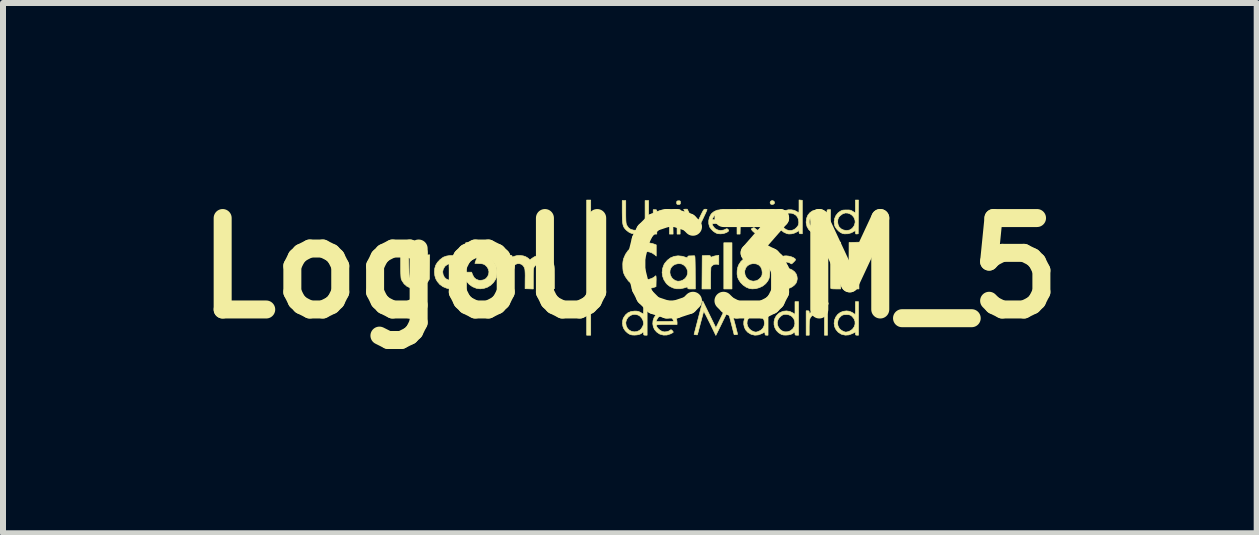
<source format=kicad_pcb>
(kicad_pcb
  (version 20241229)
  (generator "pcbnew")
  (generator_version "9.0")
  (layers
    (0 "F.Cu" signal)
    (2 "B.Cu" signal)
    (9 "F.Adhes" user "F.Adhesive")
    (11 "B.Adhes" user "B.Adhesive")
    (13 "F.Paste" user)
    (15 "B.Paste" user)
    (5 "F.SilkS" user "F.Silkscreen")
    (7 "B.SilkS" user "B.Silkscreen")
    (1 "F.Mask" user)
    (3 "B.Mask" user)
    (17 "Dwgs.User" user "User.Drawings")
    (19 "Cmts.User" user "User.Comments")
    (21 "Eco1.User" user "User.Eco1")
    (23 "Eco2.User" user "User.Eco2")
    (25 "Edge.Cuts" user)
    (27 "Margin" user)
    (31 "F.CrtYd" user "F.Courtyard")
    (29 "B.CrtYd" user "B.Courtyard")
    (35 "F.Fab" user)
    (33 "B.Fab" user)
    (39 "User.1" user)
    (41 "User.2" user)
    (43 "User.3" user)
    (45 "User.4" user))
  (footprint "LogoUC3M_5"
    (layer "F.Cu")
    (at 7.446 1.418)
    (property "Reference" "LogoUC3M_5" (at 0 0 0) (layer "F.SilkS") (effects (font (size 1.524 1.524) (thickness 0.3))))
    (attr through_hole)
    (fp_poly (pts (xy -0.652 1.118) (xy -0.72 1.118) (xy -0.72 -1.135) (xy -0.652 -1.135) (xy -0.652 1.118)) (stroke (width 0.01) (type solid)) (fill yes) (layer "F.SilkS"))
    (fp_poly (pts (xy 0.838 -0.567) (xy 0.787 -0.567) (xy 0.787 -0.974) (xy 0.838 -0.974) (xy 0.838 -0.567)) (stroke (width 0.01) (type solid)) (fill yes) (layer "F.SilkS"))
    (fp_poly (pts (xy 1.702 0.347) (xy 1.566 0.347) (xy 1.566 -0.423) (xy 1.702 -0.423) (xy 1.702 0.347)) (stroke (width 0.01) (type solid)) (fill yes) (layer "F.SilkS"))
    (fp_poly (pts (xy 2.405 -0.567) (xy 2.345 -0.567) (xy 2.345 -0.974) (xy 2.405 -0.974) (xy 2.405 -0.567)) (stroke (width 0.01) (type solid)) (fill yes) (layer "F.SilkS"))
    (fp_poly (pts (xy 3.209 0.347) (xy 3.048 0.347) (xy 3.048 -0.432) (xy 3.209 -0.432) (xy 3.209 0.347)) (stroke (width 0.01) (type solid)) (fill yes) (layer "F.SilkS"))
    (fp_poly (pts (xy 3.294 1.118) (xy 3.243 1.118) (xy 3.243 0.711) (xy 3.294 0.711) (xy 3.294 1.118)) (stroke (width 0.01) (type solid)) (fill yes) (layer "F.SilkS"))
    (fp_poly (pts (xy 3.818 0.347) (xy 3.649 0.347) (xy 3.653 -0.428) (xy 3.736 -0.43) (xy 3.818 -0.432) (xy 3.818 0.347)) (stroke (width 0.01) (type solid)) (fill yes) (layer "F.SilkS"))
    (fp_poly (pts (xy 2.38 -1.125) (xy 2.401 -1.115) (xy 2.411 -1.098) (xy 2.409 -1.079) (xy 2.408 -1.077) (xy 2.391 -1.064) (xy 2.369 -1.06) (xy 2.35 -1.066) (xy 2.347 -1.068) (xy 2.337 -1.087) (xy 2.341 -1.106) (xy 2.355 -1.121) (xy 2.377 -1.125) (xy 2.38 -1.125)) (stroke (width 0.01) (type solid)) (fill yes) (layer "F.SilkS"))
    (fp_poly (pts (xy 0.833 -1.121) (xy 0.841 -1.113) (xy 0.842 -1.094) (xy 0.842 -1.092) (xy 0.841 -1.072) (xy 0.833 -1.063) (xy 0.815 -1.06) (xy 0.791 -1.062) (xy 0.782 -1.07) (xy 0.78 -1.088) (xy 0.78 -1.102) (xy 0.785 -1.116) (xy 0.798 -1.121) (xy 0.813 -1.122) (xy 0.833 -1.121)) (stroke (width 0.01) (type solid)) (fill yes) (layer "F.SilkS"))
    (fp_poly (pts (xy 3.287 0.565) (xy 3.303 0.577) (xy 3.305 0.581) (xy 3.305 0.598) (xy 3.296 0.617) (xy 3.284 0.631) (xy 3.274 0.635) (xy 3.259 0.631) (xy 3.249 0.626) (xy 3.237 0.61) (xy 3.235 0.589) (xy 3.244 0.57) (xy 3.247 0.567) (xy 3.266 0.561) (xy 3.287 0.565)) (stroke (width 0.01) (type solid)) (fill yes) (layer "F.SilkS"))
    (fp_poly (pts (xy 3.514 0.347) (xy 3.433 0.347) (xy 3.39 0.346) (xy 3.363 0.344) (xy 3.35 0.339) (xy 3.348 0.337) (xy 3.347 0.326) (xy 3.347 0.301) (xy 3.346 0.262) (xy 3.346 0.211) (xy 3.346 0.15) (xy 3.346 0.082) (xy 3.346 0.007) (xy 3.346 -0.051) (xy 3.349 -0.428) (xy 3.431 -0.43) (xy 3.514 -0.432) (xy 3.514 0.347)) (stroke (width 0.01) (type solid)) (fill yes) (layer "F.SilkS"))
    (fp_poly (pts (xy 1.482 -0.061) (xy 1.448 -0.065) (xy 1.416 -0.064) (xy 1.386 -0.052) (xy 1.362 -0.033) (xy 1.352 -0.015) (xy 1.35 -0.001) (xy 1.349 0.027) (xy 1.347 0.067) (xy 1.347 0.114) (xy 1.346 0.167) (xy 1.346 0.176) (xy 1.346 0.347) (xy 1.202 0.347) (xy 1.204 0.07) (xy 1.206 -0.207) (xy 1.273 -0.21) (xy 1.306 -0.211) (xy 1.327 -0.21) (xy 1.338 -0.206) (xy 1.342 -0.199) (xy 1.343 -0.196) (xy 1.348 -0.185) (xy 1.357 -0.184) (xy 1.375 -0.19) (xy 1.4 -0.199) (xy 1.431 -0.206) (xy 1.441 -0.208) (xy 1.482 -0.214) (xy 1.482 -0.061)) (stroke (width 0.01) (type solid)) (fill yes) (layer "F.SilkS"))
    (fp_poly (pts (xy 2.981 0.713) (xy 2.988 0.723) (xy 2.989 0.732) (xy 2.989 0.747) (xy 2.994 0.752) (xy 3.006 0.747) (xy 3.024 0.737) (xy 3.052 0.725) (xy 3.083 0.716) (xy 3.087 0.716) (xy 3.115 0.715) (xy 3.132 0.724) (xy 3.137 0.745) (xy 3.138 0.753) (xy 3.135 0.767) (xy 3.126 0.772) (xy 3.106 0.772) (xy 3.065 0.776) (xy 3.032 0.795) (xy 3.007 0.828) (xy 3.005 0.832) (xy 2.999 0.85) (xy 2.994 0.869) (xy 2.991 0.895) (xy 2.99 0.93) (xy 2.989 0.978) (xy 2.989 0.993) (xy 2.989 1.118) (xy 2.938 1.118) (xy 2.938 0.711) (xy 2.963 0.711) (xy 2.981 0.713)) (stroke (width 0.01) (type solid)) (fill yes) (layer "F.SilkS"))
    (fp_poly (pts (xy 1.832 -0.97) (xy 1.839 -0.957) (xy 1.838 -0.946) (xy 1.841 -0.94) (xy 1.854 -0.943) (xy 1.879 -0.954) (xy 1.884 -0.957) (xy 1.915 -0.968) (xy 1.948 -0.973) (xy 1.953 -0.974) (xy 1.976 -0.973) (xy 1.987 -0.968) (xy 1.99 -0.956) (xy 1.99 -0.944) (xy 1.99 -0.914) (xy 1.948 -0.914) (xy 1.919 -0.912) (xy 1.898 -0.904) (xy 1.877 -0.886) (xy 1.876 -0.886) (xy 1.86 -0.87) (xy 1.851 -0.855) (xy 1.846 -0.836) (xy 1.845 -0.808) (xy 1.844 -0.799) (xy 1.844 -0.768) (xy 1.843 -0.742) (xy 1.841 -0.728) (xy 1.841 -0.714) (xy 1.84 -0.688) (xy 1.839 -0.655) (xy 1.839 -0.641) (xy 1.837 -0.567) (xy 1.786 -0.567) (xy 1.786 -0.974) (xy 1.812 -0.974) (xy 1.832 -0.97)) (stroke (width 0.01) (type solid)) (fill yes) (layer "F.SilkS"))
    (fp_poly (pts (xy 1.027 -0.841) (xy 1.096 -0.7) (xy 1.163 -0.841) (xy 1.187 -0.891) (xy 1.205 -0.927) (xy 1.218 -0.952) (xy 1.229 -0.968) (xy 1.237 -0.977) (xy 1.245 -0.981) (xy 1.254 -0.982) (xy 1.259 -0.982) (xy 1.278 -0.98) (xy 1.287 -0.975) (xy 1.287 -0.974) (xy 1.283 -0.965) (xy 1.274 -0.943) (xy 1.259 -0.91) (xy 1.24 -0.87) (xy 1.219 -0.825) (xy 1.197 -0.778) (xy 1.174 -0.73) (xy 1.152 -0.685) (xy 1.133 -0.645) (xy 1.117 -0.613) (xy 1.106 -0.59) (xy 1.1 -0.581) (xy 1.095 -0.586) (xy 1.083 -0.605) (xy 1.067 -0.635) (xy 1.046 -0.675) (xy 1.021 -0.722) (xy 0.995 -0.775) (xy 0.969 -0.829) (xy 0.946 -0.877) (xy 0.926 -0.919) (xy 0.911 -0.951) (xy 0.901 -0.972) (xy 0.897 -0.979) (xy 0.905 -0.981) (xy 0.923 -0.982) (xy 0.927 -0.982) (xy 0.957 -0.982) (xy 1.027 -0.841)) (stroke (width 0.01) (type solid)) (fill yes) (layer "F.SilkS"))
    (fp_poly (pts (xy 0.44 -0.972) (xy 0.448 -0.964) (xy 0.449 -0.957) (xy 0.449 -0.946) (xy 0.452 -0.941) (xy 0.462 -0.943) (xy 0.482 -0.952) (xy 0.496 -0.958) (xy 0.545 -0.971) (xy 0.594 -0.969) (xy 0.64 -0.951) (xy 0.679 -0.919) (xy 0.695 -0.899) (xy 0.702 -0.887) (xy 0.708 -0.875) (xy 0.712 -0.86) (xy 0.714 -0.839) (xy 0.716 -0.809) (xy 0.717 -0.767) (xy 0.718 -0.718) (xy 0.721 -0.567) (xy 0.66 -0.567) (xy 0.66 -0.703) (xy 0.66 -0.763) (xy 0.658 -0.808) (xy 0.654 -0.841) (xy 0.647 -0.865) (xy 0.636 -0.882) (xy 0.622 -0.894) (xy 0.61 -0.902) (xy 0.577 -0.912) (xy 0.54 -0.913) (xy 0.508 -0.906) (xy 0.501 -0.903) (xy 0.483 -0.888) (xy 0.465 -0.868) (xy 0.465 -0.867) (xy 0.459 -0.856) (xy 0.455 -0.843) (xy 0.452 -0.824) (xy 0.45 -0.797) (xy 0.449 -0.759) (xy 0.449 -0.707) (xy 0.449 -0.705) (xy 0.449 -0.567) (xy 0.389 -0.567) (xy 0.389 -0.974) (xy 0.419 -0.974) (xy 0.44 -0.972)) (stroke (width 0.01) (type solid)) (fill yes) (layer "F.SilkS"))
    (fp_poly (pts (xy -3.337 -0.02) (xy -3.34 0.182) (xy -3.363 0.221) (xy -3.401 0.27) (xy -3.449 0.308) (xy -3.503 0.333) (xy -3.562 0.344) (xy -3.621 0.341) (xy -3.655 0.332) (xy -3.715 0.303) (xy -3.762 0.262) (xy -3.797 0.21) (xy -3.806 0.191) (xy -3.811 0.176) (xy -3.814 0.156) (xy -3.816 0.127) (xy -3.818 0.088) (xy -3.819 0.036) (xy -3.819 -0.027) (xy -3.819 -0.214) (xy -3.687 -0.216) (xy -3.683 -0.038) (xy -3.681 0.023) (xy -3.68 0.069) (xy -3.678 0.103) (xy -3.675 0.128) (xy -3.672 0.144) (xy -3.667 0.156) (xy -3.664 0.162) (xy -3.637 0.188) (xy -3.601 0.202) (xy -3.563 0.203) (xy -3.525 0.191) (xy -3.522 0.189) (xy -3.506 0.178) (xy -3.494 0.165) (xy -3.485 0.148) (xy -3.478 0.124) (xy -3.474 0.091) (xy -3.472 0.048) (xy -3.471 -0.01) (xy -3.471 -0.046) (xy -3.471 -0.097) (xy -3.471 -0.141) (xy -3.471 -0.177) (xy -3.47 -0.202) (xy -3.469 -0.212) (xy -3.469 -0.212) (xy -3.46 -0.213) (xy -3.439 -0.214) (xy -3.409 -0.217) (xy -3.401 -0.217) (xy -3.335 -0.222) (xy -3.337 -0.02)) (stroke (width 0.01) (type solid)) (fill yes) (layer "F.SilkS"))
    (fp_poly (pts (xy -0.068 -0.938) (xy -0.068 -0.876) (xy -0.067 -0.829) (xy -0.066 -0.793) (xy -0.064 -0.767) (xy -0.062 -0.748) (xy -0.058 -0.733) (xy -0.053 -0.72) (xy -0.05 -0.713) (xy -0.023 -0.673) (xy 0.014 -0.646) (xy 0.061 -0.633) (xy 0.093 -0.631) (xy 0.146 -0.637) (xy 0.189 -0.656) (xy 0.221 -0.688) (xy 0.236 -0.713) (xy 0.242 -0.727) (xy 0.246 -0.74) (xy 0.25 -0.757) (xy 0.252 -0.78) (xy 0.253 -0.811) (xy 0.254 -0.852) (xy 0.254 -0.907) (xy 0.254 -0.938) (xy 0.254 -1.126) (xy 0.313 -1.126) (xy 0.313 -0.946) (xy 0.313 -0.874) (xy 0.311 -0.816) (xy 0.308 -0.771) (xy 0.303 -0.735) (xy 0.295 -0.707) (xy 0.285 -0.683) (xy 0.271 -0.662) (xy 0.262 -0.65) (xy 0.218 -0.609) (xy 0.166 -0.582) (xy 0.109 -0.57) (xy 0.05 -0.574) (xy 0.023 -0.58) (xy -0.017 -0.6) (xy -0.057 -0.631) (xy -0.059 -0.633) (xy -0.079 -0.654) (xy -0.095 -0.675) (xy -0.107 -0.698) (xy -0.115 -0.726) (xy -0.121 -0.76) (xy -0.125 -0.804) (xy -0.126 -0.86) (xy -0.127 -0.93) (xy -0.127 -0.946) (xy -0.127 -1.126) (xy -0.068 -1.126) (xy -0.068 -0.938)) (stroke (width 0.01) (type solid)) (fill yes) (layer "F.SilkS"))
    (fp_poly (pts (xy 2.811 1.118) (xy 2.781 1.118) (xy 2.761 1.116) (xy 2.753 1.109) (xy 2.752 1.092) (xy 2.748 1.073) (xy 2.74 1.067) (xy 2.73 1.076) (xy 2.73 1.076) (xy 2.712 1.092) (xy 2.681 1.104) (xy 2.643 1.113) (xy 2.602 1.116) (xy 2.563 1.115) (xy 2.53 1.107) (xy 2.527 1.106) (xy 2.478 1.076) (xy 2.441 1.038) (xy 2.416 0.992) (xy 2.403 0.943) (xy 2.403 0.905) (xy 2.456 0.905) (xy 2.461 0.947) (xy 2.473 0.979) (xy 2.501 1.02) (xy 2.538 1.047) (xy 2.581 1.062) (xy 2.627 1.061) (xy 2.672 1.046) (xy 2.681 1.04) (xy 2.717 1.01) (xy 2.74 0.971) (xy 2.75 0.929) (xy 2.747 0.885) (xy 2.732 0.844) (xy 2.704 0.809) (xy 2.68 0.792) (xy 2.644 0.777) (xy 2.603 0.77) (xy 2.565 0.773) (xy 2.546 0.78) (xy 2.513 0.803) (xy 2.484 0.835) (xy 2.467 0.863) (xy 2.456 0.905) (xy 2.403 0.905) (xy 2.403 0.892) (xy 2.415 0.842) (xy 2.439 0.797) (xy 2.476 0.758) (xy 2.501 0.741) (xy 2.554 0.719) (xy 2.61 0.713) (xy 2.666 0.722) (xy 2.718 0.747) (xy 2.721 0.749) (xy 2.752 0.77) (xy 2.752 0.559) (xy 2.811 0.559) (xy 2.811 1.118)) (stroke (width 0.01) (type solid)) (fill yes) (layer "F.SilkS"))
    (fp_poly (pts (xy -2.94 -0.209) (xy -2.905 -0.203) (xy -2.862 -0.193) (xy -2.861 -0.145) (xy -2.86 -0.112) (xy -2.86 -0.079) (xy -2.859 -0.066) (xy -2.858 -0.045) (xy -2.858 -0.034) (xy -2.857 -0.034) (xy -2.864 -0.037) (xy -2.882 -0.046) (xy -2.899 -0.055) (xy -2.949 -0.073) (xy -2.997 -0.074) (xy -3.04 -0.061) (xy -3.078 -0.033) (xy -3.084 -0.026) (xy -3.109 0.016) (xy -3.119 0.061) (xy -3.112 0.108) (xy -3.09 0.153) (xy -3.09 0.153) (xy -3.061 0.18) (xy -3.023 0.197) (xy -2.979 0.203) (xy -2.934 0.199) (xy -2.9 0.186) (xy -2.879 0.176) (xy -2.865 0.17) (xy -2.862 0.169) (xy -2.86 0.177) (xy -2.859 0.196) (xy -2.859 0.205) (xy -2.86 0.238) (xy -2.861 0.274) (xy -2.861 0.28) (xy -2.863 0.305) (xy -2.869 0.319) (xy -2.882 0.328) (xy -2.884 0.329) (xy -2.915 0.338) (xy -2.955 0.343) (xy -2.998 0.343) (xy -3.037 0.339) (xy -3.049 0.336) (xy -3.113 0.31) (xy -3.166 0.273) (xy -3.209 0.222) (xy -3.234 0.178) (xy -3.25 0.126) (xy -3.256 0.067) (xy -3.252 0.008) (xy -3.236 -0.045) (xy -3.236 -0.047) (xy -3.206 -0.096) (xy -3.164 -0.141) (xy -3.116 -0.177) (xy -3.103 -0.184) (xy -3.055 -0.201) (xy -2.998 -0.21) (xy -2.94 -0.209)) (stroke (width 0.01) (type solid)) (fill yes) (layer "F.SilkS"))
    (fp_poly (pts (xy 3.34 -0.572) (xy 3.315 -0.572) (xy 3.297 -0.574) (xy 3.289 -0.584) (xy 3.287 -0.598) (xy 3.284 -0.625) (xy 3.254 -0.605) (xy 3.202 -0.579) (xy 3.146 -0.568) (xy 3.09 -0.574) (xy 3.071 -0.579) (xy 3.02 -0.606) (xy 2.98 -0.644) (xy 2.952 -0.693) (xy 2.939 -0.749) (xy 2.939 -0.761) (xy 2.99 -0.761) (xy 3.001 -0.723) (xy 3.002 -0.722) (xy 3.028 -0.678) (xy 3.063 -0.648) (xy 3.105 -0.63) (xy 3.151 -0.626) (xy 3.197 -0.638) (xy 3.213 -0.646) (xy 3.249 -0.675) (xy 3.272 -0.713) (xy 3.284 -0.755) (xy 3.282 -0.8) (xy 3.268 -0.842) (xy 3.24 -0.878) (xy 3.235 -0.883) (xy 3.193 -0.908) (xy 3.148 -0.919) (xy 3.104 -0.915) (xy 3.062 -0.898) (xy 3.027 -0.868) (xy 3.007 -0.836) (xy 2.992 -0.796) (xy 2.99 -0.761) (xy 2.939 -0.761) (xy 2.938 -0.772) (xy 2.946 -0.832) (xy 2.967 -0.883) (xy 3.001 -0.924) (xy 3.045 -0.954) (xy 3.099 -0.97) (xy 3.139 -0.973) (xy 3.174 -0.97) (xy 3.21 -0.962) (xy 3.24 -0.95) (xy 3.26 -0.936) (xy 3.263 -0.932) (xy 3.274 -0.923) (xy 3.282 -0.929) (xy 3.285 -0.948) (xy 3.285 -0.948) (xy 3.287 -0.965) (xy 3.295 -0.972) (xy 3.315 -0.974) (xy 3.345 -0.974) (xy 3.34 -0.572)) (stroke (width 0.01) (type solid)) (fill yes) (layer "F.SilkS"))
    (fp_poly (pts (xy 0.323 -0.42) (xy 0.379 -0.409) (xy 0.417 -0.396) (xy 0.44 -0.387) (xy 0.44 -0.2) (xy 0.421 -0.218) (xy 0.373 -0.251) (xy 0.319 -0.271) (xy 0.263 -0.276) (xy 0.207 -0.269) (xy 0.154 -0.249) (xy 0.107 -0.216) (xy 0.069 -0.172) (xy 0.054 -0.146) (xy 0.034 -0.088) (xy 0.029 -0.028) (xy 0.039 0.03) (xy 0.053 0.065) (xy 0.089 0.116) (xy 0.135 0.156) (xy 0.189 0.183) (xy 0.249 0.194) (xy 0.264 0.195) (xy 0.299 0.191) (xy 0.338 0.181) (xy 0.374 0.167) (xy 0.402 0.151) (xy 0.411 0.144) (xy 0.425 0.131) (xy 0.433 0.127) (xy 0.436 0.135) (xy 0.438 0.156) (xy 0.439 0.188) (xy 0.438 0.218) (xy 0.436 0.309) (xy 0.389 0.325) (xy 0.342 0.336) (xy 0.287 0.343) (xy 0.232 0.343) (xy 0.184 0.338) (xy 0.174 0.336) (xy 0.1 0.309) (xy 0.033 0.267) (xy -0.025 0.212) (xy -0.072 0.146) (xy -0.086 0.121) (xy -0.099 0.092) (xy -0.108 0.068) (xy -0.113 0.041) (xy -0.116 0.007) (xy -0.117 -0.021) (xy -0.118 -0.068) (xy -0.115 -0.105) (xy -0.109 -0.137) (xy -0.104 -0.158) (xy -0.072 -0.231) (xy -0.028 -0.294) (xy 0.028 -0.346) (xy 0.093 -0.386) (xy 0.165 -0.412) (xy 0.244 -0.423) (xy 0.26 -0.423) (xy 0.323 -0.42)) (stroke (width 0.01) (type solid)) (fill yes) (layer "F.SilkS"))
    (fp_poly (pts (xy 2.198 -0.967) (xy 2.231 -0.947) (xy 2.247 -0.927) (xy 2.256 -0.911) (xy 2.252 -0.902) (xy 2.24 -0.893) (xy 2.224 -0.884) (xy 2.213 -0.887) (xy 2.202 -0.897) (xy 2.174 -0.916) (xy 2.144 -0.92) (xy 2.121 -0.911) (xy 2.103 -0.894) (xy 2.101 -0.876) (xy 2.113 -0.856) (xy 2.142 -0.833) (xy 2.186 -0.807) (xy 2.19 -0.805) (xy 2.231 -0.781) (xy 2.259 -0.759) (xy 2.275 -0.735) (xy 2.283 -0.707) (xy 2.283 -0.701) (xy 2.28 -0.661) (xy 2.26 -0.623) (xy 2.226 -0.59) (xy 2.197 -0.577) (xy 2.159 -0.571) (xy 2.121 -0.572) (xy 2.103 -0.576) (xy 2.084 -0.586) (xy 2.062 -0.603) (xy 2.042 -0.622) (xy 2.028 -0.641) (xy 2.024 -0.651) (xy 2.031 -0.659) (xy 2.047 -0.668) (xy 2.048 -0.668) (xy 2.064 -0.674) (xy 2.077 -0.671) (xy 2.093 -0.657) (xy 2.098 -0.652) (xy 2.128 -0.632) (xy 2.161 -0.626) (xy 2.191 -0.636) (xy 2.206 -0.647) (xy 2.223 -0.668) (xy 2.227 -0.687) (xy 2.219 -0.706) (xy 2.198 -0.727) (xy 2.161 -0.751) (xy 2.142 -0.761) (xy 2.098 -0.788) (xy 2.068 -0.811) (xy 2.05 -0.833) (xy 2.041 -0.856) (xy 2.04 -0.869) (xy 2.048 -0.911) (xy 2.068 -0.943) (xy 2.101 -0.964) (xy 2.144 -0.973) (xy 2.155 -0.974) (xy 2.198 -0.967)) (stroke (width 0.01) (type solid)) (fill yes) (layer "F.SilkS"))
    (fp_poly (pts (xy 2.125 -0.198) (xy 2.182 -0.178) (xy 2.235 -0.144) (xy 2.281 -0.098) (xy 2.313 -0.049) (xy 2.323 -0.028) (xy 2.329 -0.007) (xy 2.332 0.021) (xy 2.333 0.06) (xy 2.333 0.068) (xy 2.33 0.125) (xy 2.32 0.171) (xy 2.301 0.211) (xy 2.272 0.249) (xy 2.259 0.263) (xy 2.214 0.299) (xy 2.159 0.325) (xy 2.099 0.342) (xy 2.04 0.346) (xy 1.993 0.34) (xy 1.939 0.318) (xy 1.888 0.283) (xy 1.844 0.239) (xy 1.811 0.188) (xy 1.795 0.149) (xy 1.787 0.1) (xy 1.788 0.068) (xy 1.913 0.068) (xy 1.921 0.116) (xy 1.942 0.157) (xy 1.973 0.189) (xy 2.012 0.209) (xy 2.056 0.218) (xy 2.102 0.211) (xy 2.122 0.204) (xy 2.15 0.187) (xy 2.175 0.163) (xy 2.181 0.156) (xy 2.195 0.135) (xy 2.203 0.113) (xy 2.205 0.086) (xy 2.206 0.072) (xy 2.199 0.02) (xy 2.179 -0.022) (xy 2.147 -0.053) (xy 2.105 -0.071) (xy 2.054 -0.075) (xy 2.049 -0.075) (xy 2 -0.064) (xy 1.961 -0.04) (xy 1.932 -0.005) (xy 1.916 0.04) (xy 1.913 0.068) (xy 1.788 0.068) (xy 1.788 0.045) (xy 1.797 -0.009) (xy 1.814 -0.054) (xy 1.814 -0.055) (xy 1.851 -0.111) (xy 1.897 -0.154) (xy 1.95 -0.184) (xy 2.007 -0.202) (xy 2.066 -0.207) (xy 2.125 -0.198)) (stroke (width 0.01) (type solid)) (fill yes) (layer "F.SilkS"))
    (fp_poly (pts (xy 2.303 1.118) (xy 2.278 1.118) (xy 2.26 1.116) (xy 2.253 1.106) (xy 2.252 1.092) (xy 2.251 1.074) (xy 2.249 1.067) (xy 2.249 1.067) (xy 2.24 1.07) (xy 2.221 1.08) (xy 2.197 1.092) (xy 2.141 1.113) (xy 2.084 1.118) (xy 2.028 1.105) (xy 2.01 1.097) (xy 1.964 1.068) (xy 1.93 1.03) (xy 1.908 0.985) (xy 1.898 0.937) (xy 1.898 0.924) (xy 1.952 0.924) (xy 1.963 0.968) (xy 1.987 1.007) (xy 2.021 1.038) (xy 2.053 1.054) (xy 2.079 1.063) (xy 2.096 1.066) (xy 2.114 1.064) (xy 2.135 1.058) (xy 2.18 1.037) (xy 2.215 1.005) (xy 2.236 0.964) (xy 2.244 0.918) (xy 2.236 0.868) (xy 2.215 0.827) (xy 2.183 0.796) (xy 2.142 0.777) (xy 2.093 0.771) (xy 2.062 0.774) (xy 2.029 0.787) (xy 1.998 0.813) (xy 1.972 0.845) (xy 1.956 0.878) (xy 1.952 0.924) (xy 1.898 0.924) (xy 1.899 0.889) (xy 1.911 0.841) (xy 1.933 0.798) (xy 1.966 0.761) (xy 2.008 0.732) (xy 2.06 0.716) (xy 2.07 0.714) (xy 2.116 0.714) (xy 2.164 0.724) (xy 2.206 0.743) (xy 2.216 0.75) (xy 2.237 0.765) (xy 2.248 0.769) (xy 2.252 0.76) (xy 2.251 0.743) (xy 2.25 0.724) (xy 2.258 0.716) (xy 2.275 0.713) (xy 2.303 0.71) (xy 2.303 1.118)) (stroke (width 0.01) (type solid)) (fill yes) (layer "F.SilkS"))
    (fp_poly (pts (xy 2.847 -1.133) (xy 2.874 -1.13) (xy 2.874 -0.572) (xy 2.849 -0.572) (xy 2.831 -0.574) (xy 2.823 -0.584) (xy 2.821 -0.598) (xy 2.818 -0.625) (xy 2.777 -0.6) (xy 2.738 -0.582) (xy 2.693 -0.571) (xy 2.649 -0.569) (xy 2.616 -0.575) (xy 2.561 -0.601) (xy 2.517 -0.637) (xy 2.486 -0.682) (xy 2.469 -0.734) (xy 2.468 -0.785) (xy 2.525 -0.785) (xy 2.529 -0.737) (xy 2.546 -0.696) (xy 2.574 -0.663) (xy 2.61 -0.639) (xy 2.652 -0.627) (xy 2.696 -0.628) (xy 2.734 -0.641) (xy 2.758 -0.657) (xy 2.782 -0.68) (xy 2.789 -0.689) (xy 2.805 -0.711) (xy 2.812 -0.732) (xy 2.815 -0.76) (xy 2.815 -0.77) (xy 2.808 -0.817) (xy 2.79 -0.856) (xy 2.763 -0.885) (xy 2.729 -0.905) (xy 2.691 -0.916) (xy 2.652 -0.917) (xy 2.614 -0.908) (xy 2.58 -0.89) (xy 2.552 -0.861) (xy 2.532 -0.822) (xy 2.525 -0.785) (xy 2.468 -0.785) (xy 2.467 -0.791) (xy 2.475 -0.831) (xy 2.497 -0.878) (xy 2.531 -0.92) (xy 2.574 -0.951) (xy 2.596 -0.962) (xy 2.642 -0.972) (xy 2.692 -0.972) (xy 2.74 -0.963) (xy 2.776 -0.946) (xy 2.797 -0.933) (xy 2.811 -0.924) (xy 2.815 -0.923) (xy 2.817 -0.931) (xy 2.818 -0.952) (xy 2.819 -0.985) (xy 2.819 -1.024) (xy 2.819 -1.029) (xy 2.819 -1.136) (xy 2.847 -1.133)) (stroke (width 0.01) (type solid)) (fill yes) (layer "F.SilkS"))
    (fp_poly (pts (xy 1.434 0.995) (xy 1.54 0.777) (xy 1.567 0.721) (xy 1.592 0.67) (xy 1.614 0.627) (xy 1.631 0.593) (xy 1.644 0.569) (xy 1.65 0.559) (xy 1.651 0.559) (xy 1.653 0.567) (xy 1.66 0.589) (xy 1.669 0.622) (xy 1.681 0.665) (xy 1.695 0.715) (xy 1.71 0.77) (xy 1.725 0.828) (xy 1.74 0.885) (xy 1.755 0.941) (xy 1.768 0.992) (xy 1.779 1.036) (xy 1.788 1.07) (xy 1.793 1.094) (xy 1.795 1.103) (xy 1.788 1.107) (xy 1.769 1.109) (xy 1.767 1.109) (xy 1.738 1.109) (xy 1.688 0.914) (xy 1.674 0.86) (xy 1.661 0.811) (xy 1.65 0.771) (xy 1.641 0.741) (xy 1.636 0.723) (xy 1.634 0.72) (xy 1.629 0.727) (xy 1.618 0.748) (xy 1.602 0.779) (xy 1.581 0.82) (xy 1.557 0.869) (xy 1.532 0.921) (xy 1.433 1.122) (xy 1.335 0.919) (xy 1.308 0.866) (xy 1.284 0.818) (xy 1.264 0.778) (xy 1.247 0.747) (xy 1.236 0.728) (xy 1.231 0.722) (xy 1.228 0.731) (xy 1.221 0.754) (xy 1.212 0.789) (xy 1.2 0.833) (xy 1.186 0.885) (xy 1.177 0.918) (xy 1.163 0.972) (xy 1.15 1.021) (xy 1.14 1.061) (xy 1.131 1.091) (xy 1.126 1.109) (xy 1.125 1.112) (xy 1.115 1.112) (xy 1.096 1.11) (xy 1.096 1.11) (xy 1.07 1.105) (xy 1.215 0.547) (xy 1.434 0.995)) (stroke (width 0.01) (type solid)) (fill yes) (layer "F.SilkS"))
    (fp_poly (pts (xy 0.288 1.118) (xy 0.258 1.118) (xy 0.238 1.116) (xy 0.23 1.109) (xy 0.229 1.092) (xy 0.225 1.073) (xy 0.217 1.067) (xy 0.207 1.076) (xy 0.207 1.076) (xy 0.188 1.092) (xy 0.157 1.105) (xy 0.119 1.113) (xy 0.077 1.116) (xy 0.037 1.114) (xy 0.003 1.105) (xy 0 1.104) (xy -0.039 1.08) (xy -0.076 1.045) (xy -0.104 1.003) (xy -0.117 0.966) (xy -0.122 0.92) (xy -0.122 0.918) (xy -0.068 0.918) (xy -0.06 0.964) (xy -0.04 1.003) (xy -0.009 1.034) (xy 0.029 1.054) (xy 0.072 1.062) (xy 0.117 1.058) (xy 0.161 1.038) (xy 0.162 1.037) (xy 0.187 1.014) (xy 0.209 0.981) (xy 0.224 0.947) (xy 0.229 0.921) (xy 0.221 0.877) (xy 0.2 0.835) (xy 0.169 0.801) (xy 0.138 0.782) (xy 0.092 0.771) (xy 0.047 0.774) (xy 0.006 0.791) (xy -0.029 0.819) (xy -0.054 0.856) (xy -0.067 0.9) (xy -0.068 0.918) (xy -0.122 0.918) (xy -0.12 0.875) (xy -0.109 0.835) (xy -0.106 0.83) (xy -0.073 0.78) (xy -0.031 0.744) (xy 0.02 0.723) (xy 0.08 0.716) (xy 0.116 0.717) (xy 0.143 0.722) (xy 0.167 0.732) (xy 0.179 0.739) (xy 0.202 0.752) (xy 0.219 0.76) (xy 0.224 0.762) (xy 0.226 0.754) (xy 0.227 0.732) (xy 0.228 0.701) (xy 0.229 0.661) (xy 0.229 0.559) (xy 0.288 0.559) (xy 0.288 1.118)) (stroke (width 0.01) (type solid)) (fill yes) (layer "F.SilkS"))
    (fp_poly (pts (xy 0.647 0.724) (xy 0.693 0.745) (xy 0.733 0.777) (xy 0.764 0.817) (xy 0.782 0.864) (xy 0.787 0.904) (xy 0.787 0.94) (xy 0.619 0.94) (xy 0.561 0.94) (xy 0.513 0.941) (xy 0.477 0.943) (xy 0.453 0.945) (xy 0.445 0.948) (xy 0.444 0.964) (xy 0.454 0.986) (xy 0.474 1.01) (xy 0.499 1.032) (xy 0.528 1.05) (xy 0.546 1.058) (xy 0.579 1.063) (xy 0.617 1.059) (xy 0.651 1.048) (xy 0.671 1.035) (xy 0.682 1.027) (xy 0.693 1.029) (xy 0.707 1.041) (xy 0.72 1.057) (xy 0.723 1.068) (xy 0.723 1.069) (xy 0.713 1.077) (xy 0.692 1.088) (xy 0.674 1.097) (xy 0.617 1.115) (xy 0.56 1.116) (xy 0.504 1.101) (xy 0.492 1.096) (xy 0.446 1.064) (xy 0.412 1.024) (xy 0.391 0.978) (xy 0.382 0.928) (xy 0.385 0.889) (xy 0.439 0.889) (xy 0.584 0.889) (xy 0.631 0.889) (xy 0.672 0.888) (xy 0.703 0.887) (xy 0.723 0.886) (xy 0.728 0.884) (xy 0.722 0.864) (xy 0.708 0.838) (xy 0.688 0.813) (xy 0.673 0.8) (xy 0.633 0.778) (xy 0.589 0.771) (xy 0.545 0.777) (xy 0.504 0.795) (xy 0.471 0.823) (xy 0.448 0.862) (xy 0.445 0.87) (xy 0.439 0.889) (xy 0.385 0.889) (xy 0.386 0.877) (xy 0.402 0.829) (xy 0.43 0.785) (xy 0.471 0.749) (xy 0.493 0.736) (xy 0.544 0.718) (xy 0.596 0.714) (xy 0.647 0.724)) (stroke (width 0.01) (type solid)) (fill yes) (layer "F.SilkS"))
    (fp_poly (pts (xy 1.566 -0.967) (xy 1.605 -0.953) (xy 1.65 -0.924) (xy 1.685 -0.883) (xy 1.709 -0.836) (xy 1.719 -0.784) (xy 1.719 -0.779) (xy 1.719 -0.745) (xy 1.545 -0.745) (xy 1.477 -0.745) (xy 1.426 -0.743) (xy 1.392 -0.741) (xy 1.374 -0.738) (xy 1.372 -0.736) (xy 1.378 -0.715) (xy 1.394 -0.689) (xy 1.416 -0.664) (xy 1.427 -0.655) (xy 1.468 -0.634) (xy 1.514 -0.627) (xy 1.561 -0.634) (xy 1.583 -0.643) (xy 1.605 -0.654) (xy 1.618 -0.657) (xy 1.627 -0.653) (xy 1.636 -0.645) (xy 1.647 -0.631) (xy 1.645 -0.618) (xy 1.63 -0.605) (xy 1.607 -0.592) (xy 1.564 -0.577) (xy 1.515 -0.571) (xy 1.467 -0.574) (xy 1.454 -0.577) (xy 1.423 -0.592) (xy 1.388 -0.617) (xy 1.357 -0.648) (xy 1.333 -0.68) (xy 1.328 -0.69) (xy 1.315 -0.738) (xy 1.314 -0.791) (xy 1.318 -0.809) (xy 1.372 -0.809) (xy 1.38 -0.807) (xy 1.402 -0.806) (xy 1.435 -0.805) (xy 1.478 -0.804) (xy 1.516 -0.804) (xy 1.563 -0.805) (xy 1.603 -0.805) (xy 1.635 -0.806) (xy 1.654 -0.808) (xy 1.659 -0.809) (xy 1.654 -0.824) (xy 1.641 -0.846) (xy 1.624 -0.869) (xy 1.612 -0.882) (xy 1.572 -0.908) (xy 1.528 -0.919) (xy 1.484 -0.917) (xy 1.442 -0.899) (xy 1.426 -0.887) (xy 1.405 -0.866) (xy 1.387 -0.842) (xy 1.375 -0.82) (xy 1.372 -0.809) (xy 1.318 -0.809) (xy 1.326 -0.844) (xy 1.349 -0.891) (xy 1.366 -0.913) (xy 1.407 -0.945) (xy 1.457 -0.966) (xy 1.511 -0.973) (xy 1.566 -0.967)) (stroke (width 0.01) (type solid)) (fill yes) (layer "F.SilkS"))
    (fp_poly (pts (xy 3.808 -0.853) (xy 3.806 -0.572) (xy 3.782 -0.569) (xy 3.767 -0.569) (xy 3.761 -0.576) (xy 3.759 -0.595) (xy 3.759 -0.597) (xy 3.759 -0.617) (xy 3.755 -0.623) (xy 3.745 -0.618) (xy 3.74 -0.615) (xy 3.69 -0.588) (xy 3.634 -0.573) (xy 3.577 -0.571) (xy 3.544 -0.577) (xy 3.511 -0.593) (xy 3.477 -0.619) (xy 3.446 -0.652) (xy 3.422 -0.687) (xy 3.412 -0.712) (xy 3.404 -0.769) (xy 3.405 -0.772) (xy 3.463 -0.772) (xy 3.469 -0.729) (xy 3.484 -0.693) (xy 3.487 -0.687) (xy 3.52 -0.655) (xy 3.561 -0.635) (xy 3.607 -0.627) (xy 3.654 -0.633) (xy 3.668 -0.638) (xy 3.706 -0.663) (xy 3.735 -0.701) (xy 3.746 -0.728) (xy 3.755 -0.766) (xy 3.751 -0.802) (xy 3.735 -0.842) (xy 3.731 -0.849) (xy 3.706 -0.879) (xy 3.671 -0.903) (xy 3.631 -0.917) (xy 3.593 -0.919) (xy 3.59 -0.919) (xy 3.544 -0.903) (xy 3.503 -0.872) (xy 3.481 -0.846) (xy 3.467 -0.813) (xy 3.463 -0.772) (xy 3.405 -0.772) (xy 3.412 -0.825) (xy 3.434 -0.876) (xy 3.469 -0.92) (xy 3.501 -0.944) (xy 3.524 -0.957) (xy 3.544 -0.965) (xy 3.568 -0.968) (xy 3.601 -0.969) (xy 3.61 -0.969) (xy 3.647 -0.969) (xy 3.672 -0.966) (xy 3.692 -0.959) (xy 3.712 -0.948) (xy 3.715 -0.946) (xy 3.736 -0.933) (xy 3.751 -0.924) (xy 3.755 -0.923) (xy 3.756 -0.931) (xy 3.758 -0.952) (xy 3.759 -0.985) (xy 3.759 -1.024) (xy 3.759 -1.029) (xy 3.759 -1.135) (xy 3.81 -1.135) (xy 3.808 -0.853)) (stroke (width 0.01) (type solid)) (fill yes) (layer "F.SilkS"))
    (fp_poly (pts (xy 3.81 1.118) (xy 3.785 1.118) (xy 3.767 1.116) (xy 3.76 1.106) (xy 3.759 1.092) (xy 3.759 1.074) (xy 3.757 1.067) (xy 3.757 1.067) (xy 3.749 1.07) (xy 3.73 1.08) (xy 3.705 1.092) (xy 3.648 1.113) (xy 3.591 1.117) (xy 3.535 1.105) (xy 3.517 1.097) (xy 3.471 1.067) (xy 3.436 1.026) (xy 3.412 0.977) (xy 3.404 0.923) (xy 3.404 0.92) (xy 3.404 0.919) (xy 3.461 0.919) (xy 3.469 0.963) (xy 3.49 1.004) (xy 3.507 1.022) (xy 3.529 1.039) (xy 3.558 1.054) (xy 3.585 1.064) (xy 3.598 1.066) (xy 3.614 1.064) (xy 3.638 1.059) (xy 3.645 1.057) (xy 3.671 1.045) (xy 3.699 1.026) (xy 3.71 1.017) (xy 3.739 0.977) (xy 3.753 0.933) (xy 3.752 0.888) (xy 3.736 0.845) (xy 3.705 0.806) (xy 3.688 0.792) (xy 3.67 0.782) (xy 3.646 0.776) (xy 3.612 0.775) (xy 3.608 0.775) (xy 3.574 0.776) (xy 3.551 0.78) (xy 3.533 0.789) (xy 3.521 0.798) (xy 3.487 0.832) (xy 3.468 0.874) (xy 3.461 0.919) (xy 3.404 0.919) (xy 3.411 0.864) (xy 3.433 0.813) (xy 3.465 0.771) (xy 3.507 0.739) (xy 3.556 0.72) (xy 3.61 0.713) (xy 3.651 0.718) (xy 3.683 0.729) (xy 3.712 0.743) (xy 3.722 0.75) (xy 3.74 0.763) (xy 3.753 0.77) (xy 3.754 0.77) (xy 3.756 0.763) (xy 3.758 0.741) (xy 3.759 0.709) (xy 3.759 0.669) (xy 3.759 0.665) (xy 3.759 0.559) (xy 3.81 0.559) (xy 3.81 1.118)) (stroke (width 0.01) (type solid)) (fill yes) (layer "F.SilkS"))
    (fp_poly (pts (xy 2.648 -0.2) (xy 2.691 -0.189) (xy 2.729 -0.173) (xy 2.755 -0.154) (xy 2.755 -0.153) (xy 2.761 -0.144) (xy 2.76 -0.135) (xy 2.75 -0.122) (xy 2.731 -0.102) (xy 2.71 -0.082) (xy 2.697 -0.072) (xy 2.688 -0.071) (xy 2.678 -0.078) (xy 2.676 -0.08) (xy 2.657 -0.09) (xy 2.63 -0.098) (xy 2.622 -0.099) (xy 2.597 -0.101) (xy 2.583 -0.097) (xy 2.572 -0.085) (xy 2.57 -0.081) (xy 2.561 -0.061) (xy 2.566 -0.042) (xy 2.584 -0.025) (xy 2.618 -0.007) (xy 2.646 0.004) (xy 2.704 0.03) (xy 2.745 0.061) (xy 2.772 0.098) (xy 2.784 0.131) (xy 2.788 0.157) (xy 2.79 0.179) (xy 2.789 0.185) (xy 2.785 0.204) (xy 2.782 0.222) (xy 2.768 0.253) (xy 2.742 0.283) (xy 2.708 0.31) (xy 2.67 0.33) (xy 2.67 0.33) (xy 2.625 0.342) (xy 2.576 0.346) (xy 2.53 0.343) (xy 2.515 0.339) (xy 2.462 0.317) (xy 2.415 0.285) (xy 2.407 0.277) (xy 2.379 0.251) (xy 2.45 0.179) (xy 2.474 0.199) (xy 2.506 0.22) (xy 2.541 0.231) (xy 2.576 0.235) (xy 2.607 0.231) (xy 2.631 0.219) (xy 2.646 0.2) (xy 2.648 0.179) (xy 2.645 0.167) (xy 2.638 0.157) (xy 2.623 0.146) (xy 2.6 0.134) (xy 2.565 0.119) (xy 2.521 0.101) (xy 2.473 0.078) (xy 2.44 0.055) (xy 2.421 0.027) (xy 2.412 -0.006) (xy 2.412 -0.023) (xy 2.42 -0.079) (xy 2.441 -0.127) (xy 2.475 -0.164) (xy 2.52 -0.19) (xy 2.574 -0.203) (xy 2.604 -0.205) (xy 2.648 -0.2)) (stroke (width 0.01) (type solid)) (fill yes) (layer "F.SilkS"))
    (fp_poly (pts (xy 1.076 -0.206) (xy 1.079 -0.204) (xy 1.082 -0.198) (xy 1.085 -0.186) (xy 1.086 -0.167) (xy 1.087 -0.139) (xy 1.088 -0.1) (xy 1.089 -0.049) (xy 1.09 0.016) (xy 1.09 0.07) (xy 1.092 0.347) (xy 1.029 0.347) (xy 0.996 0.347) (xy 0.977 0.345) (xy 0.968 0.341) (xy 0.965 0.333) (xy 0.965 0.33) (xy 0.965 0.32) (xy 0.96 0.315) (xy 0.949 0.316) (xy 0.927 0.323) (xy 0.906 0.33) (xy 0.842 0.344) (xy 0.777 0.344) (xy 0.722 0.331) (xy 0.669 0.306) (xy 0.627 0.275) (xy 0.606 0.253) (xy 0.569 0.197) (xy 0.546 0.135) (xy 0.538 0.073) (xy 0.667 0.073) (xy 0.675 0.116) (xy 0.697 0.158) (xy 0.717 0.179) (xy 0.757 0.208) (xy 0.801 0.219) (xy 0.847 0.214) (xy 0.881 0.201) (xy 0.921 0.173) (xy 0.948 0.136) (xy 0.962 0.094) (xy 0.963 0.05) (xy 0.948 0.007) (xy 0.927 -0.025) (xy 0.893 -0.055) (xy 0.858 -0.071) (xy 0.816 -0.075) (xy 0.801 -0.074) (xy 0.754 -0.063) (xy 0.716 -0.04) (xy 0.688 -0.008) (xy 0.671 0.031) (xy 0.667 0.073) (xy 0.538 0.073) (xy 0.538 0.072) (xy 0.545 0.008) (xy 0.566 -0.052) (xy 0.581 -0.079) (xy 0.626 -0.132) (xy 0.679 -0.172) (xy 0.738 -0.196) (xy 0.803 -0.205) (xy 0.873 -0.198) (xy 0.945 -0.176) (xy 0.95 -0.174) (xy 0.962 -0.173) (xy 0.965 -0.185) (xy 0.965 -0.185) (xy 0.967 -0.196) (xy 0.976 -0.202) (xy 0.996 -0.204) (xy 1.01 -0.204) (xy 1.039 -0.205) (xy 1.063 -0.206) (xy 1.071 -0.207) (xy 1.076 -0.206)) (stroke (width 0.01) (type solid)) (fill yes) (layer "F.SilkS"))
    (fp_poly (pts (xy -1.978 -0.213) (xy -1.968 -0.21) (xy -1.964 -0.204) (xy -1.964 -0.201) (xy -1.962 -0.19) (xy -1.954 -0.187) (xy -1.936 -0.192) (xy -1.919 -0.199) (xy -1.876 -0.21) (xy -1.827 -0.211) (xy -1.777 -0.204) (xy -1.74 -0.192) (xy -1.713 -0.177) (xy -1.69 -0.161) (xy -1.682 -0.154) (xy -1.666 -0.136) (xy -1.634 -0.161) (xy -1.591 -0.189) (xy -1.548 -0.205) (xy -1.497 -0.211) (xy -1.484 -0.212) (xy -1.421 -0.204) (xy -1.367 -0.183) (xy -1.321 -0.146) (xy -1.285 -0.096) (xy -1.275 -0.076) (xy -1.269 -0.063) (xy -1.265 -0.048) (xy -1.262 -0.031) (xy -1.26 -0.007) (xy -1.258 0.025) (xy -1.258 0.067) (xy -1.257 0.123) (xy -1.257 0.152) (xy -1.257 0.343) (xy -1.396 0.348) (xy -1.399 0.166) (xy -1.401 -0.017) (xy -1.427 -0.043) (xy -1.461 -0.066) (xy -1.499 -0.075) (xy -1.536 -0.069) (xy -1.57 -0.049) (xy -1.592 -0.023) (xy -1.598 -0.012) (xy -1.602 0.000273) (xy -1.605 0.017) (xy -1.607 0.041) (xy -1.608 0.074) (xy -1.609 0.119) (xy -1.609 0.176) (xy -1.609 0.348) (xy -1.677 0.345) (xy -1.746 0.343) (xy -1.745 0.185) (xy -1.744 0.126) (xy -1.745 0.081) (xy -1.747 0.047) (xy -1.749 0.023) (xy -1.754 0.004) (xy -1.757 -0.007) (xy -1.779 -0.042) (xy -1.809 -0.065) (xy -1.843 -0.075) (xy -1.878 -0.073) (xy -1.911 -0.059) (xy -1.938 -0.032) (xy -1.948 -0.014) (xy -1.954 0.000259) (xy -1.958 0.017) (xy -1.961 0.038) (xy -1.963 0.067) (xy -1.964 0.106) (xy -1.964 0.158) (xy -1.964 0.184) (xy -1.964 0.347) (xy -2.1 0.347) (xy -2.1 -0.21) (xy -2.032 -0.213) (xy -1.998 -0.214) (xy -1.978 -0.213)) (stroke (width 0.01) (type solid)) (fill yes) (layer "F.SilkS"))
    (fp_poly (pts (xy -2.364 -0.425) (xy -2.33 -0.425) (xy -2.309 -0.424) (xy -2.303 -0.423) (xy -2.306 -0.414) (xy -2.314 -0.392) (xy -2.326 -0.36) (xy -2.341 -0.322) (xy -2.346 -0.31) (xy -2.361 -0.27) (xy -2.373 -0.237) (xy -2.382 -0.213) (xy -2.386 -0.2) (xy -2.386 -0.199) (xy -2.378 -0.194) (xy -2.36 -0.182) (xy -2.337 -0.167) (xy -2.302 -0.142) (xy -2.276 -0.116) (xy -2.252 -0.082) (xy -2.234 -0.051) (xy -2.224 -0.028) (xy -2.218 -0.006) (xy -2.215 0.023) (xy -2.214 0.063) (xy -2.214 0.064) (xy -2.215 0.103) (xy -2.218 0.132) (xy -2.224 0.156) (xy -2.235 0.181) (xy -2.238 0.188) (xy -2.273 0.241) (xy -2.319 0.285) (xy -2.373 0.318) (xy -2.433 0.338) (xy -2.494 0.345) (xy -2.556 0.337) (xy -2.558 0.336) (xy -2.622 0.31) (xy -2.677 0.271) (xy -2.72 0.222) (xy -2.751 0.164) (xy -2.766 0.104) (xy -2.771 0.068) (xy -2.704 0.068) (xy -2.637 0.068) (xy -2.62 0.112) (xy -2.596 0.156) (xy -2.562 0.186) (xy -2.519 0.202) (xy -2.491 0.205) (xy -2.441 0.197) (xy -2.4 0.176) (xy -2.37 0.141) (xy -2.353 0.101) (xy -2.348 0.06) (xy -2.358 0.018) (xy -2.38 -0.021) (xy -2.412 -0.052) (xy -2.441 -0.067) (xy -2.462 -0.072) (xy -2.493 -0.075) (xy -2.524 -0.076) (xy -2.553 -0.077) (xy -2.574 -0.078) (xy -2.582 -0.079) (xy -2.582 -0.08) (xy -2.579 -0.088) (xy -2.572 -0.11) (xy -2.56 -0.141) (xy -2.546 -0.178) (xy -2.544 -0.182) (xy -2.53 -0.219) (xy -2.518 -0.251) (xy -2.51 -0.274) (xy -2.506 -0.284) (xy -2.506 -0.284) (xy -2.514 -0.285) (xy -2.536 -0.287) (xy -2.568 -0.287) (xy -2.609 -0.288) (xy -2.62 -0.288) (xy -2.735 -0.288) (xy -2.735 -0.423) (xy -2.519 -0.425) (xy -2.46 -0.426) (xy -2.408 -0.426) (xy -2.364 -0.425)) (stroke (width 0.01) (type solid)) (fill yes) (layer "F.SilkS")))
  (gr_rect
    (start -3 -3)
    (end 17.892 5.836)
    (stroke (width 0.1) (type default))
    (fill no)
    (layer "Edge.Cuts")))
</source>
